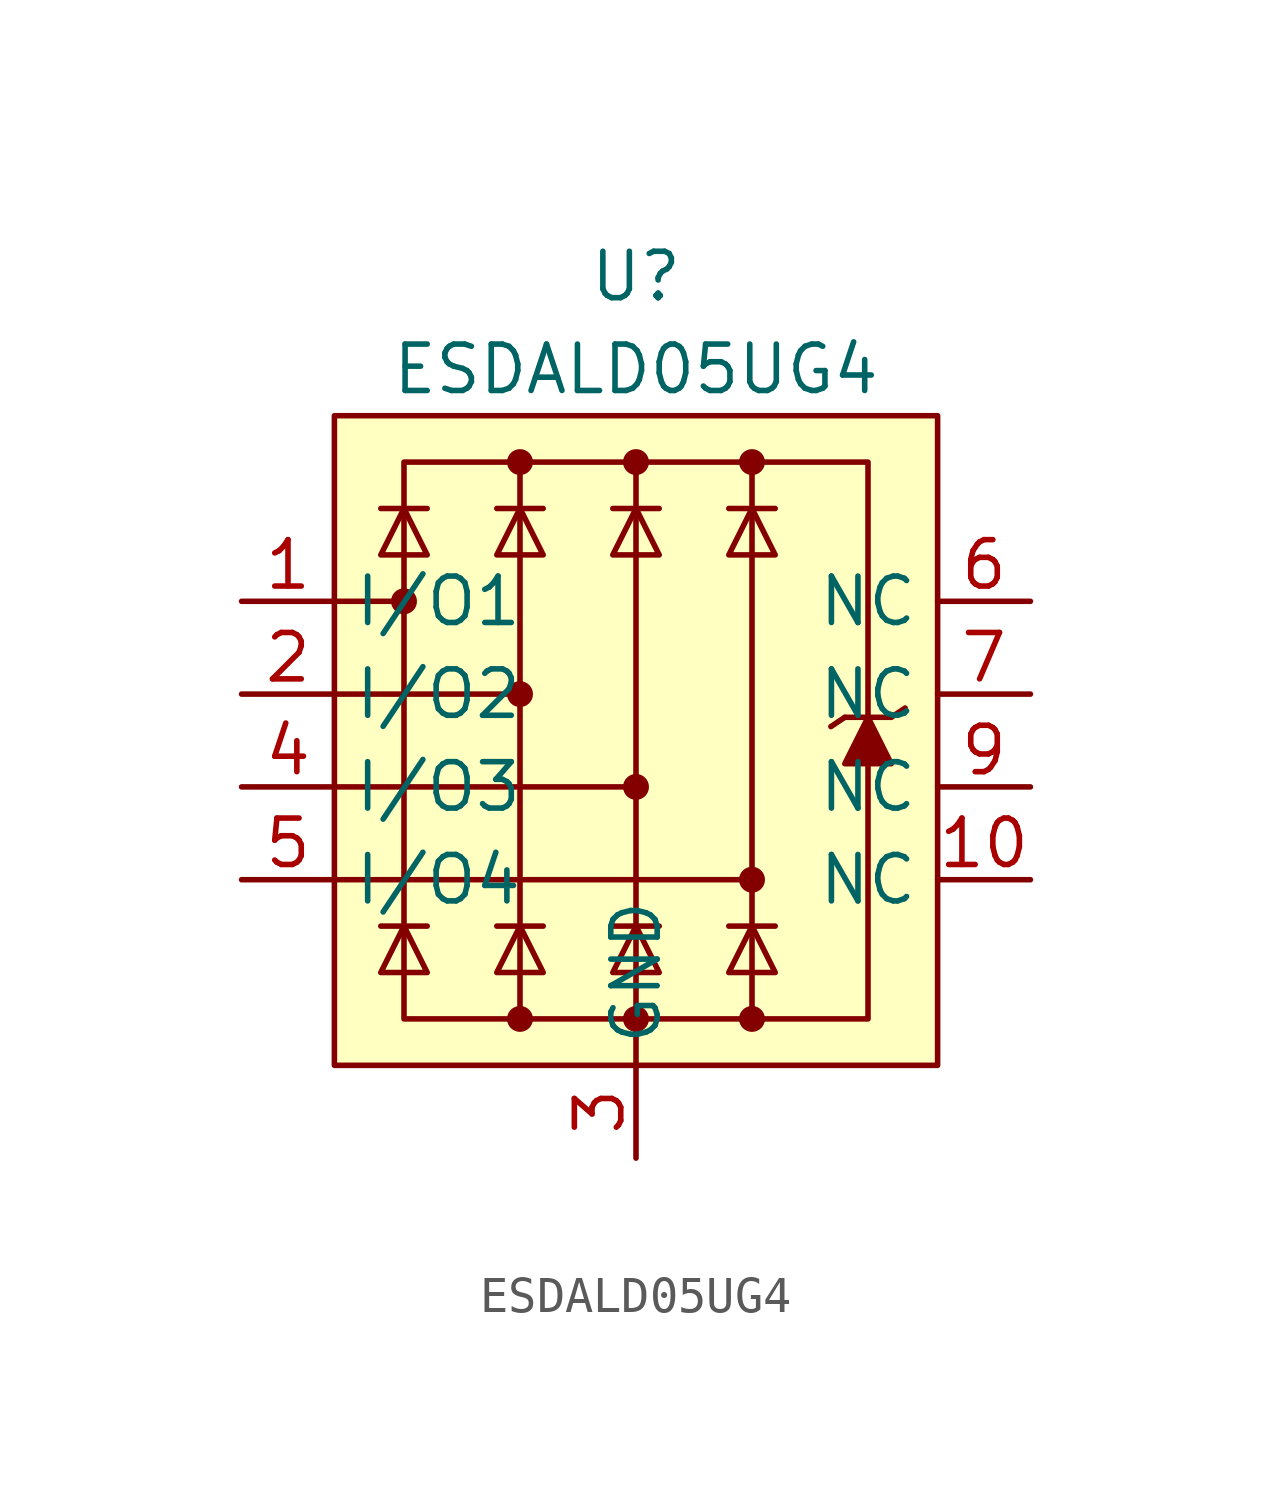
<source format=kicad_sym>
(kicad_symbol_lib
  (version 20211014)
  (generator kicad_symbol_editor)
  (symbol "ESDALD05UG4"
    (property "Reference" "U"
      (at 0 12.7 0)
      (effects (font (size 1.27 1.27))))
    (property "Value" "ESDALD05UG4"
      (at 0 10.16 0)
      (effects (font (size 1.27 1.27))))
    (symbol "ESDALD05UG4_0_0"
      (rectangle (start -6.35 7.62) (end 6.35 -7.62) (stroke (width 0) (type default) (color 0 0 0 0)) (fill (type none)))
      (polyline (pts (xy -3.175 -7.62) (xy -3.175 7.62)) (stroke (width 0) (type default) (color 0 0 0 0)) (fill (type none)))
      (polyline (pts (xy 0 -7.62) (xy 0 7.62)) (stroke (width 0) (type default) (color 0 0 0 0)) (fill (type none)))
      (polyline (pts (xy 3.175 -7.62) (xy 3.175 7.62)) (stroke (width 0) (type default) (color 0 0 0 0)) (fill (type none))))
    (symbol "ESDALD05UG4_0_1"
      (rectangle (start -8.255 8.89) (end 8.255 -8.89) (stroke (width 0) (type default) (color 0 0 0 0)) (fill (type background)))
      (circle (center -6.35 3.81) (radius 0.279) (stroke (width 0) (type default) (color 0 0 0 0)) (fill (type outline)))
      (circle (center -3.175 -7.62) (radius 0.279) (stroke (width 0) (type default) (color 0 0 0 0)) (fill (type outline)))
      (circle (center -3.175 1.27) (radius 0.279) (stroke (width 0) (type default) (color 0 0 0 0)) (fill (type outline)))
      (circle (center -3.175 7.62) (radius 0.279) (stroke (width 0) (type default) (color 0 0 0 0)) (fill (type outline)))
      (circle (center 0 -7.62) (radius 0.279) (stroke (width 0) (type default) (color 0 0 0 0)) (fill (type outline)))
      (circle (center 0 -1.27) (radius 0.279) (stroke (width 0) (type default) (color 0 0 0 0)) (fill (type outline)))
      (polyline (pts (xy -8.255 -3.81) (xy 3.175 -3.81)) (stroke (width 0) (type default) (color 0 0 0 0)) (fill (type none)))
      (polyline (pts (xy -8.255 -1.27) (xy 0 -1.27)) (stroke (width 0) (type default) (color 0 0 0 0)) (fill (type none)))
      (polyline (pts (xy -8.255 1.27) (xy -3.175 1.27)) (stroke (width 0) (type default) (color 0 0 0 0)) (fill (type none)))
      (polyline (pts (xy -8.255 3.81) (xy -6.35 3.81)) (stroke (width 0) (type default) (color 0 0 0 0)) (fill (type none)))
      (polyline (pts (xy -5.715 -5.08) (xy -6.985 -5.08)) (stroke (width 0) (type default) (color 0 0 0 0)) (fill (type none)))
      (polyline (pts (xy -5.715 6.35) (xy -6.985 6.35)) (stroke (width 0) (type default) (color 0 0 0 0)) (fill (type none)))
      (polyline (pts (xy -2.54 -5.08) (xy -3.81 -5.08)) (stroke (width 0) (type default) (color 0 0 0 0)) (fill (type none)))
      (polyline (pts (xy -2.54 6.35) (xy -3.81 6.35)) (stroke (width 0) (type default) (color 0 0 0 0)) (fill (type none)))
      (polyline (pts (xy 0 -7.62) (xy 0 -8.89)) (stroke (width 0) (type default) (color 0 0 0 0)) (fill (type none)))
      (polyline (pts (xy 0.635 -5.08) (xy -0.635 -5.08)) (stroke (width 0) (type default) (color 0 0 0 0)) (fill (type none)))
      (polyline (pts (xy 0.635 6.35) (xy -0.635 6.35)) (stroke (width 0) (type default) (color 0 0 0 0)) (fill (type none)))
      (polyline (pts (xy 3.81 -5.08) (xy 2.54 -5.08)) (stroke (width 0) (type default) (color 0 0 0 0)) (fill (type none)))
      (polyline (pts (xy 3.81 6.35) (xy 2.54 6.35)) (stroke (width 0) (type default) (color 0 0 0 0)) (fill (type none)))
      (polyline (pts (xy 5.715 0.635) (xy 5.334 0.381)) (stroke (width 0) (type default) (color 0 0 0 0)) (fill (type none)))
      (polyline (pts (xy 6.985 0.635) (xy 5.715 0.635)) (stroke (width 0) (type default) (color 0 0 0 0)) (fill (type none)))
      (polyline (pts (xy 6.985 0.635) (xy 7.366 0.889)) (stroke (width 0) (type default) (color 0 0 0 0)) (fill (type none)))
      (polyline (pts (xy -5.715 -6.35) (xy -6.985 -6.35) (xy -6.35 -5.08) (xy -5.715 -6.35)) (stroke (width 0) (type default) (color 0 0 0 0)) (fill (type none)))
      (polyline (pts (xy -5.715 5.08) (xy -6.985 5.08) (xy -6.35 6.35) (xy -5.715 5.08)) (stroke (width 0) (type default) (color 0 0 0 0)) (fill (type none)))
      (polyline (pts (xy -2.54 -6.35) (xy -3.81 -6.35) (xy -3.175 -5.08) (xy -2.54 -6.35)) (stroke (width 0) (type default) (color 0 0 0 0)) (fill (type none)))
      (polyline (pts (xy -2.54 5.08) (xy -3.81 5.08) (xy -3.175 6.35) (xy -2.54 5.08)) (stroke (width 0) (type default) (color 0 0 0 0)) (fill (type none)))
      (polyline (pts (xy 0.635 -6.35) (xy -0.635 -6.35) (xy 0 -5.08) (xy 0.635 -6.35)) (stroke (width 0) (type default) (color 0 0 0 0)) (fill (type none)))
      (polyline (pts (xy 0.635 5.08) (xy -0.635 5.08) (xy 0 6.35) (xy 0.635 5.08)) (stroke (width 0) (type default) (color 0 0 0 0)) (fill (type none)))
      (polyline (pts (xy 3.81 -6.35) (xy 2.54 -6.35) (xy 3.175 -5.08) (xy 3.81 -6.35)) (stroke (width 0) (type default) (color 0 0 0 0)) (fill (type none)))
      (polyline (pts (xy 3.81 5.08) (xy 2.54 5.08) (xy 3.175 6.35) (xy 3.81 5.08)) (stroke (width 0) (type default) (color 0 0 0 0)) (fill (type none)))
      (polyline (pts (xy 6.985 -0.635) (xy 5.715 -0.635) (xy 6.35 0.635) (xy 6.985 -0.635)) (stroke (width 0) (type default) (color 0 0 0 0)) (fill (type outline)))
      (circle (center 0 7.62) (radius 0.279) (stroke (width 0) (type default) (color 0 0 0 0)) (fill (type outline)))
      (circle (center 3.175 -7.62) (radius 0.279) (stroke (width 0) (type default) (color 0 0 0 0)) (fill (type outline)))
      (circle (center 3.175 -3.81) (radius 0.279) (stroke (width 0) (type default) (color 0 0 0 0)) (fill (type outline)))
      (circle (center 3.175 7.62) (radius 0.279) (stroke (width 0) (type default) (color 0 0 0 0)) (fill (type outline))))
    (symbol "ESDALD05UG4_1_1"
      (pin passive line (at -10.795 3.81 0) (length 2.54) (name "I/O1" (effects (font (size 1.27 1.27)))) (number "1" (effects (font (size 1.27 1.27)))))
      (pin passive line (at 10.795 -3.81 180) (length 2.54) (name "NC" (effects (font (size 1.27 1.27)))) (number "10" (effects (font (size 1.27 1.27)))))
      (pin passive line (at -10.795 1.27 0) (length 2.54) (name "I/O2" (effects (font (size 1.27 1.27)))) (number "2" (effects (font (size 1.27 1.27)))))
      (pin power_in line (at 0 -11.43 90) (length 2.54) (name "GND" (effects (font (size 1.27 1.27)))) (number "3" (effects (font (size 1.27 1.27)))))
      (pin passive line (at -10.795 -1.27 0) (length 2.54) (name "I/O3" (effects (font (size 1.27 1.27)))) (number "4" (effects (font (size 1.27 1.27)))))
      (pin passive line (at -10.795 -3.81 0) (length 2.54) (name "I/O4" (effects (font (size 1.27 1.27)))) (number "5" (effects (font (size 1.27 1.27)))))
      (pin passive line (at 10.795 3.81 180) (length 2.54) (name "NC" (effects (font (size 1.27 1.27)))) (number "6" (effects (font (size 1.27 1.27)))))
      (pin passive line (at 10.795 1.27 180) (length 2.54) (name "NC" (effects (font (size 1.27 1.27)))) (number "7" (effects (font (size 1.27 1.27)))))
      (pin passive line (at 10.795 -1.27 180) (length 2.54) (name "NC" (effects (font (size 1.27 1.27)))) (number "9" (effects (font (size 1.27 1.27))))))))
</source>
